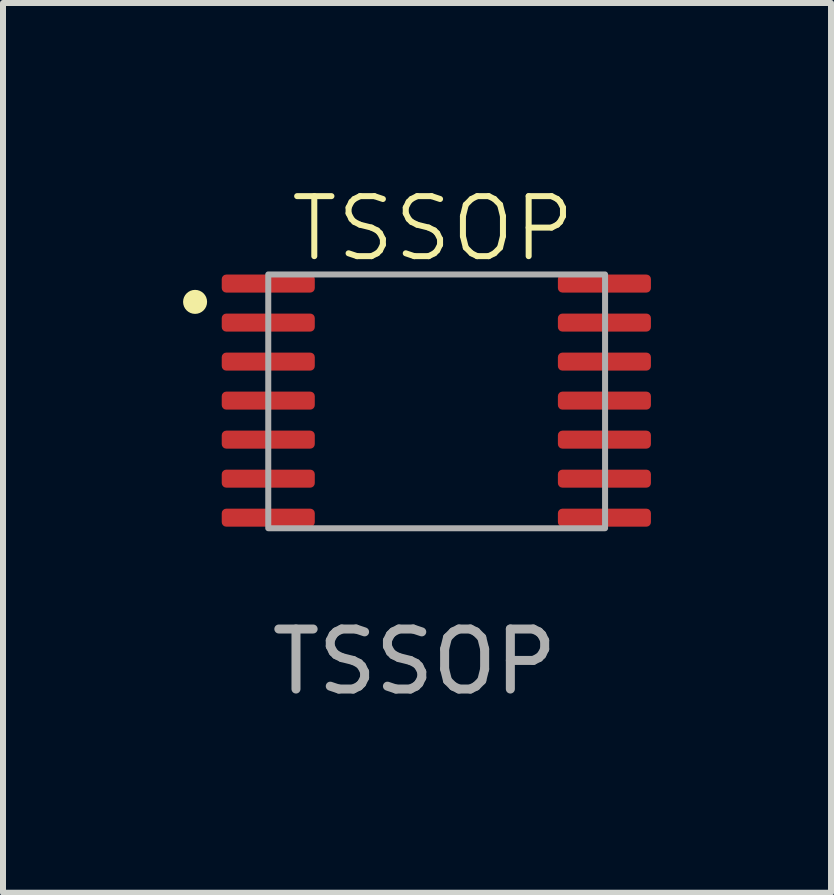
<source format=kicad_pcb>
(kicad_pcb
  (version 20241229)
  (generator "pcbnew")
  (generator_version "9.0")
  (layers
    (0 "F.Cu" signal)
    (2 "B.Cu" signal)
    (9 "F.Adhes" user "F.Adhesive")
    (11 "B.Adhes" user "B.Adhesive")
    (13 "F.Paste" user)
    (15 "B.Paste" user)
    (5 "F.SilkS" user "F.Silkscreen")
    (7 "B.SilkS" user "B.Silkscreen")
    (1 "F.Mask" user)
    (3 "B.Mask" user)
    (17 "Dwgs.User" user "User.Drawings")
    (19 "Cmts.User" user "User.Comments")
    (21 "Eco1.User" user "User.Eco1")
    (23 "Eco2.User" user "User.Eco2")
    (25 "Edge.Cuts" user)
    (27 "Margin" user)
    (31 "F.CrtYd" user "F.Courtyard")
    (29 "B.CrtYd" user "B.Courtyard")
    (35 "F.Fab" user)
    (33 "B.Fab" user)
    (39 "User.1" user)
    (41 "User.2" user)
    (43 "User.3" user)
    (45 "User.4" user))
  (footprint "TSSOP"
    (layer "F.Cu")
    (at 1.419 1.522)
    (property "Reference" "TSSOP" (at 2.743 -0.762 0) (unlocked yes) (layer "F.SilkS") (effects (font (size 1 1) (thickness 0.1))))
    (attr smd)
    (fp_circle (center -1.219 0.457) (end -1.119 0.457) (stroke (width 0.2) (type solid)) (fill no) (layer "F.SilkS"))
    (fp_rect (start 0 0) (end 5.611 4.228) (stroke (width 0.1) (type solid)) (fill no) (layer "F.Fab"))
    (fp_text user "${REFERENCE}" (at 2.438 6.452 0) (unlocked yes) (layer "F.Fab") (effects (font (size 1 1) (thickness 0.15))))
    (pad "1" smd roundrect (at 0 0.152) (size 1.55 0.3) (layers "F.Cu" "F.Mask" "F.Paste") (roundrect_rratio 0.25))
    (pad "2" smd roundrect (at 0 0.802) (size 1.55 0.3) (layers "F.Cu" "F.Mask" "F.Paste") (roundrect_rratio 0.25))
    (pad "3" smd roundrect (at 0 1.452) (size 1.55 0.3) (layers "F.Cu" "F.Mask" "F.Paste") (roundrect_rratio 0.25))
    (pad "4" smd roundrect (at 0 2.102) (size 1.55 0.3) (layers "F.Cu" "F.Mask" "F.Paste") (roundrect_rratio 0.25))
    (pad "5" smd roundrect (at 0 2.752) (size 1.55 0.3) (layers "F.Cu" "F.Mask" "F.Paste") (roundrect_rratio 0.25))
    (pad "6" smd roundrect (at 0 3.402) (size 1.55 0.3) (layers "F.Cu" "F.Mask" "F.Paste") (roundrect_rratio 0.25))
    (pad "7" smd roundrect (at 0 4.052) (size 1.55 0.3) (layers "F.Cu" "F.Mask" "F.Paste") (roundrect_rratio 0.25))
    (pad "8" smd roundrect (at 5.6 4.052) (size 1.55 0.3) (layers "F.Cu" "F.Mask" "F.Paste") (roundrect_rratio 0.25))
    (pad "9" smd roundrect (at 5.6 3.402) (size 1.55 0.3) (layers "F.Cu" "F.Mask" "F.Paste") (roundrect_rratio 0.25))
    (pad "10" smd roundrect (at 5.6 2.752) (size 1.55 0.3) (layers "F.Cu" "F.Mask" "F.Paste") (roundrect_rratio 0.25))
    (pad "11" smd roundrect (at 5.6 2.102) (size 1.55 0.3) (layers "F.Cu" "F.Mask" "F.Paste") (roundrect_rratio 0.25))
    (pad "12" smd roundrect (at 5.6 1.452) (size 1.55 0.3) (layers "F.Cu" "F.Mask" "F.Paste") (roundrect_rratio 0.25))
    (pad "13" smd roundrect (at 5.6 0.802) (size 1.55 0.3) (layers "F.Cu" "F.Mask" "F.Paste") (roundrect_rratio 0.25))
    (pad "14" smd roundrect (at 5.6 0.152) (size 1.55 0.3) (layers "F.Cu" "F.Mask" "F.Paste") (roundrect_rratio 0.25)))
  (gr_rect
    (start -3 -3)
    (end 10.794 11.822)
    (stroke (width 0.1) (type default))
    (fill no)
    (layer "Edge.Cuts")))
</source>
